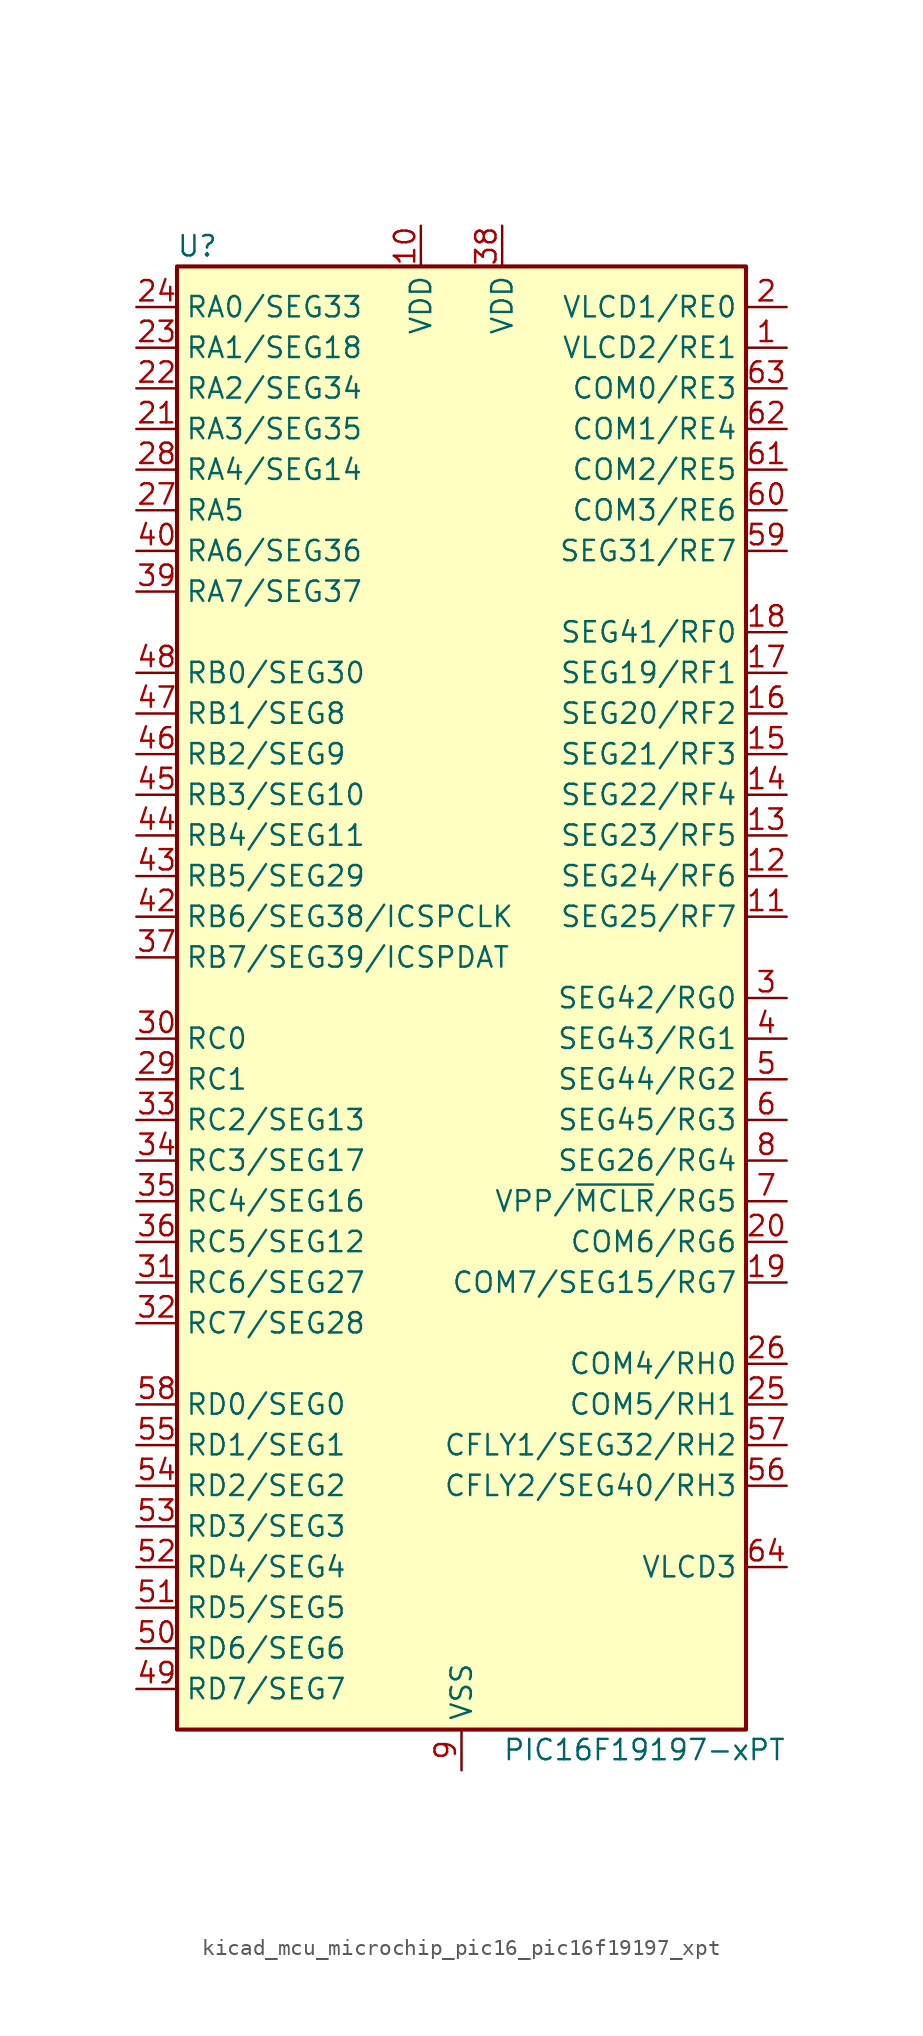
<source format=kicad_sym>
(kicad_symbol_lib
  (version 20220914)
  (generator kicad_symbol_editor)
  (symbol "kicad_mcu_microchip_pic16_pic16f19197_xpt"
    (property "Reference" "U"
      (at -16.51 46.99 0)
      (effects (font (size 1.27 1.27))))
    (property "Value" "PIC16F19197-xPT"
      (at 11.43 -46.99 0)
      (effects (font (size 1.27 1.27))))
    (symbol "kicad_mcu_microchip_pic16_pic16f19197_xpt_0_1"
      (rectangle (start -17.78 45.72) (end 17.78 -45.72) (stroke (width 0.254) (type default)) (fill (type background))))
    (symbol "kicad_mcu_microchip_pic16_pic16f19197_xpt_1_1"
      (pin bidirectional line (at 20.32 40.64 180) (length 2.54) (name "VLCD2/RE1" (effects (font (size 1.27 1.27)))) (number "1" (effects (font (size 1.27 1.27)))))
      (pin power_in line (at -2.54 48.26 270) (length 2.54) (name "VDD" (effects (font (size 1.27 1.27)))) (number "10" (effects (font (size 1.27 1.27)))))
      (pin bidirectional line (at 20.32 5.08 180) (length 2.54) (name "SEG25/RF7" (effects (font (size 1.27 1.27)))) (number "11" (effects (font (size 1.27 1.27)))))
      (pin bidirectional line (at 20.32 7.62 180) (length 2.54) (name "SEG24/RF6" (effects (font (size 1.27 1.27)))) (number "12" (effects (font (size 1.27 1.27)))))
      (pin bidirectional line (at 20.32 10.16 180) (length 2.54) (name "SEG23/RF5" (effects (font (size 1.27 1.27)))) (number "13" (effects (font (size 1.27 1.27)))))
      (pin bidirectional line (at 20.32 12.7 180) (length 2.54) (name "SEG22/RF4" (effects (font (size 1.27 1.27)))) (number "14" (effects (font (size 1.27 1.27)))))
      (pin bidirectional line (at 20.32 15.24 180) (length 2.54) (name "SEG21/RF3" (effects (font (size 1.27 1.27)))) (number "15" (effects (font (size 1.27 1.27)))))
      (pin bidirectional line (at 20.32 17.78 180) (length 2.54) (name "SEG20/RF2" (effects (font (size 1.27 1.27)))) (number "16" (effects (font (size 1.27 1.27)))))
      (pin bidirectional line (at 20.32 20.32 180) (length 2.54) (name "SEG19/RF1" (effects (font (size 1.27 1.27)))) (number "17" (effects (font (size 1.27 1.27)))))
      (pin bidirectional line (at 20.32 22.86 180) (length 2.54) (name "SEG41/RF0" (effects (font (size 1.27 1.27)))) (number "18" (effects (font (size 1.27 1.27)))))
      (pin bidirectional line (at 20.32 -17.78 180) (length 2.54) (name "COM7/SEG15/RG7" (effects (font (size 1.27 1.27)))) (number "19" (effects (font (size 1.27 1.27)))))
      (pin bidirectional line (at 20.32 43.18 180) (length 2.54) (name "VLCD1/RE0" (effects (font (size 1.27 1.27)))) (number "2" (effects (font (size 1.27 1.27)))))
      (pin bidirectional line (at 20.32 -15.24 180) (length 2.54) (name "COM6/RG6" (effects (font (size 1.27 1.27)))) (number "20" (effects (font (size 1.27 1.27)))))
      (pin bidirectional line (at -20.32 35.56 0) (length 2.54) (name "RA3/SEG35" (effects (font (size 1.27 1.27)))) (number "21" (effects (font (size 1.27 1.27)))))
      (pin bidirectional line (at -20.32 38.1 0) (length 2.54) (name "RA2/SEG34" (effects (font (size 1.27 1.27)))) (number "22" (effects (font (size 1.27 1.27)))))
      (pin bidirectional line (at -20.32 40.64 0) (length 2.54) (name "RA1/SEG18" (effects (font (size 1.27 1.27)))) (number "23" (effects (font (size 1.27 1.27)))))
      (pin bidirectional line (at -20.32 43.18 0) (length 2.54) (name "RA0/SEG33" (effects (font (size 1.27 1.27)))) (number "24" (effects (font (size 1.27 1.27)))))
      (pin bidirectional line (at 20.32 -25.4 180) (length 2.54) (name "COM5/RH1" (effects (font (size 1.27 1.27)))) (number "25" (effects (font (size 1.27 1.27)))))
      (pin bidirectional line (at 20.32 -22.86 180) (length 2.54) (name "COM4/RH0" (effects (font (size 1.27 1.27)))) (number "26" (effects (font (size 1.27 1.27)))))
      (pin bidirectional line (at -20.32 30.48 0) (length 2.54) (name "RA5" (effects (font (size 1.27 1.27)))) (number "27" (effects (font (size 1.27 1.27)))))
      (pin bidirectional line (at -20.32 33.02 0) (length 2.54) (name "RA4/SEG14" (effects (font (size 1.27 1.27)))) (number "28" (effects (font (size 1.27 1.27)))))
      (pin bidirectional line (at -20.32 -5.08 0) (length 2.54) (name "RC1" (effects (font (size 1.27 1.27)))) (number "29" (effects (font (size 1.27 1.27)))))
      (pin bidirectional line (at 20.32 0 180) (length 2.54) (name "SEG42/RG0" (effects (font (size 1.27 1.27)))) (number "3" (effects (font (size 1.27 1.27)))))
      (pin bidirectional line (at -20.32 -2.54 0) (length 2.54) (name "RC0" (effects (font (size 1.27 1.27)))) (number "30" (effects (font (size 1.27 1.27)))))
      (pin bidirectional line (at -20.32 -17.78 0) (length 2.54) (name "RC6/SEG27" (effects (font (size 1.27 1.27)))) (number "31" (effects (font (size 1.27 1.27)))))
      (pin bidirectional line (at -20.32 -20.32 0) (length 2.54) (name "RC7/SEG28" (effects (font (size 1.27 1.27)))) (number "32" (effects (font (size 1.27 1.27)))))
      (pin bidirectional line (at -20.32 -7.62 0) (length 2.54) (name "RC2/SEG13" (effects (font (size 1.27 1.27)))) (number "33" (effects (font (size 1.27 1.27)))))
      (pin bidirectional line (at -20.32 -10.16 0) (length 2.54) (name "RC3/SEG17" (effects (font (size 1.27 1.27)))) (number "34" (effects (font (size 1.27 1.27)))))
      (pin bidirectional line (at -20.32 -12.7 0) (length 2.54) (name "RC4/SEG16" (effects (font (size 1.27 1.27)))) (number "35" (effects (font (size 1.27 1.27)))))
      (pin bidirectional line (at -20.32 -15.24 0) (length 2.54) (name "RC5/SEG12" (effects (font (size 1.27 1.27)))) (number "36" (effects (font (size 1.27 1.27)))))
      (pin bidirectional line (at -20.32 2.54 0) (length 2.54) (name "RB7/SEG39/ICSPDAT" (effects (font (size 1.27 1.27)))) (number "37" (effects (font (size 1.27 1.27)))))
      (pin power_in line (at 2.54 48.26 270) (length 2.54) (name "VDD" (effects (font (size 1.27 1.27)))) (number "38" (effects (font (size 1.27 1.27)))))
      (pin bidirectional line (at -20.32 25.4 0) (length 2.54) (name "RA7/SEG37" (effects (font (size 1.27 1.27)))) (number "39" (effects (font (size 1.27 1.27)))))
      (pin bidirectional line (at 20.32 -2.54 180) (length 2.54) (name "SEG43/RG1" (effects (font (size 1.27 1.27)))) (number "4" (effects (font (size 1.27 1.27)))))
      (pin bidirectional line (at -20.32 27.94 0) (length 2.54) (name "RA6/SEG36" (effects (font (size 1.27 1.27)))) (number "40" (effects (font (size 1.27 1.27)))))
      (pin passive line (at 0 -48.26 90) (length 2.54) hide (name "VSS" (effects (font (size 1.27 1.27)))) (number "41" (effects (font (size 1.27 1.27)))))
      (pin bidirectional line (at -20.32 5.08 0) (length 2.54) (name "RB6/SEG38/ICSPCLK" (effects (font (size 1.27 1.27)))) (number "42" (effects (font (size 1.27 1.27)))))
      (pin bidirectional line (at -20.32 7.62 0) (length 2.54) (name "RB5/SEG29" (effects (font (size 1.27 1.27)))) (number "43" (effects (font (size 1.27 1.27)))))
      (pin bidirectional line (at -20.32 10.16 0) (length 2.54) (name "RB4/SEG11" (effects (font (size 1.27 1.27)))) (number "44" (effects (font (size 1.27 1.27)))))
      (pin bidirectional line (at -20.32 12.7 0) (length 2.54) (name "RB3/SEG10" (effects (font (size 1.27 1.27)))) (number "45" (effects (font (size 1.27 1.27)))))
      (pin bidirectional line (at -20.32 15.24 0) (length 2.54) (name "RB2/SEG9" (effects (font (size 1.27 1.27)))) (number "46" (effects (font (size 1.27 1.27)))))
      (pin bidirectional line (at -20.32 17.78 0) (length 2.54) (name "RB1/SEG8" (effects (font (size 1.27 1.27)))) (number "47" (effects (font (size 1.27 1.27)))))
      (pin bidirectional line (at -20.32 20.32 0) (length 2.54) (name "RB0/SEG30" (effects (font (size 1.27 1.27)))) (number "48" (effects (font (size 1.27 1.27)))))
      (pin bidirectional line (at -20.32 -43.18 0) (length 2.54) (name "RD7/SEG7" (effects (font (size 1.27 1.27)))) (number "49" (effects (font (size 1.27 1.27)))))
      (pin bidirectional line (at 20.32 -5.08 180) (length 2.54) (name "SEG44/RG2" (effects (font (size 1.27 1.27)))) (number "5" (effects (font (size 1.27 1.27)))))
      (pin bidirectional line (at -20.32 -40.64 0) (length 2.54) (name "RD6/SEG6" (effects (font (size 1.27 1.27)))) (number "50" (effects (font (size 1.27 1.27)))))
      (pin bidirectional line (at -20.32 -38.1 0) (length 2.54) (name "RD5/SEG5" (effects (font (size 1.27 1.27)))) (number "51" (effects (font (size 1.27 1.27)))))
      (pin bidirectional line (at -20.32 -35.56 0) (length 2.54) (name "RD4/SEG4" (effects (font (size 1.27 1.27)))) (number "52" (effects (font (size 1.27 1.27)))))
      (pin bidirectional line (at -20.32 -33.02 0) (length 2.54) (name "RD3/SEG3" (effects (font (size 1.27 1.27)))) (number "53" (effects (font (size 1.27 1.27)))))
      (pin bidirectional line (at -20.32 -30.48 0) (length 2.54) (name "RD2/SEG2" (effects (font (size 1.27 1.27)))) (number "54" (effects (font (size 1.27 1.27)))))
      (pin bidirectional line (at -20.32 -27.94 0) (length 2.54) (name "RD1/SEG1" (effects (font (size 1.27 1.27)))) (number "55" (effects (font (size 1.27 1.27)))))
      (pin bidirectional line (at 20.32 -30.48 180) (length 2.54) (name "CFLY2/SEG40/RH3" (effects (font (size 1.27 1.27)))) (number "56" (effects (font (size 1.27 1.27)))))
      (pin bidirectional line (at 20.32 -27.94 180) (length 2.54) (name "CFLY1/SEG32/RH2" (effects (font (size 1.27 1.27)))) (number "57" (effects (font (size 1.27 1.27)))))
      (pin bidirectional line (at -20.32 -25.4 0) (length 2.54) (name "RD0/SEG0" (effects (font (size 1.27 1.27)))) (number "58" (effects (font (size 1.27 1.27)))))
      (pin bidirectional line (at 20.32 27.94 180) (length 2.54) (name "SEG31/RE7" (effects (font (size 1.27 1.27)))) (number "59" (effects (font (size 1.27 1.27)))))
      (pin bidirectional line (at 20.32 -7.62 180) (length 2.54) (name "SEG45/RG3" (effects (font (size 1.27 1.27)))) (number "6" (effects (font (size 1.27 1.27)))))
      (pin bidirectional line (at 20.32 30.48 180) (length 2.54) (name "COM3/RE6" (effects (font (size 1.27 1.27)))) (number "60" (effects (font (size 1.27 1.27)))))
      (pin bidirectional line (at 20.32 33.02 180) (length 2.54) (name "COM2/RE5" (effects (font (size 1.27 1.27)))) (number "61" (effects (font (size 1.27 1.27)))))
      (pin bidirectional line (at 20.32 35.56 180) (length 2.54) (name "COM1/RE4" (effects (font (size 1.27 1.27)))) (number "62" (effects (font (size 1.27 1.27)))))
      (pin bidirectional line (at 20.32 38.1 180) (length 2.54) (name "COM0/RE3" (effects (font (size 1.27 1.27)))) (number "63" (effects (font (size 1.27 1.27)))))
      (pin input line (at 20.32 -35.56 180) (length 2.54) (name "VLCD3" (effects (font (size 1.27 1.27)))) (number "64" (effects (font (size 1.27 1.27)))))
      (pin bidirectional line (at 20.32 -12.7 180) (length 2.54) (name "VPP/~{MCLR}/RG5" (effects (font (size 1.27 1.27)))) (number "7" (effects (font (size 1.27 1.27)))))
      (pin bidirectional line (at 20.32 -10.16 180) (length 2.54) (name "SEG26/RG4" (effects (font (size 1.27 1.27)))) (number "8" (effects (font (size 1.27 1.27)))))
      (pin power_in line (at 0 -48.26 90) (length 2.54) (name "VSS" (effects (font (size 1.27 1.27)))) (number "9" (effects (font (size 1.27 1.27))))))))
</source>
